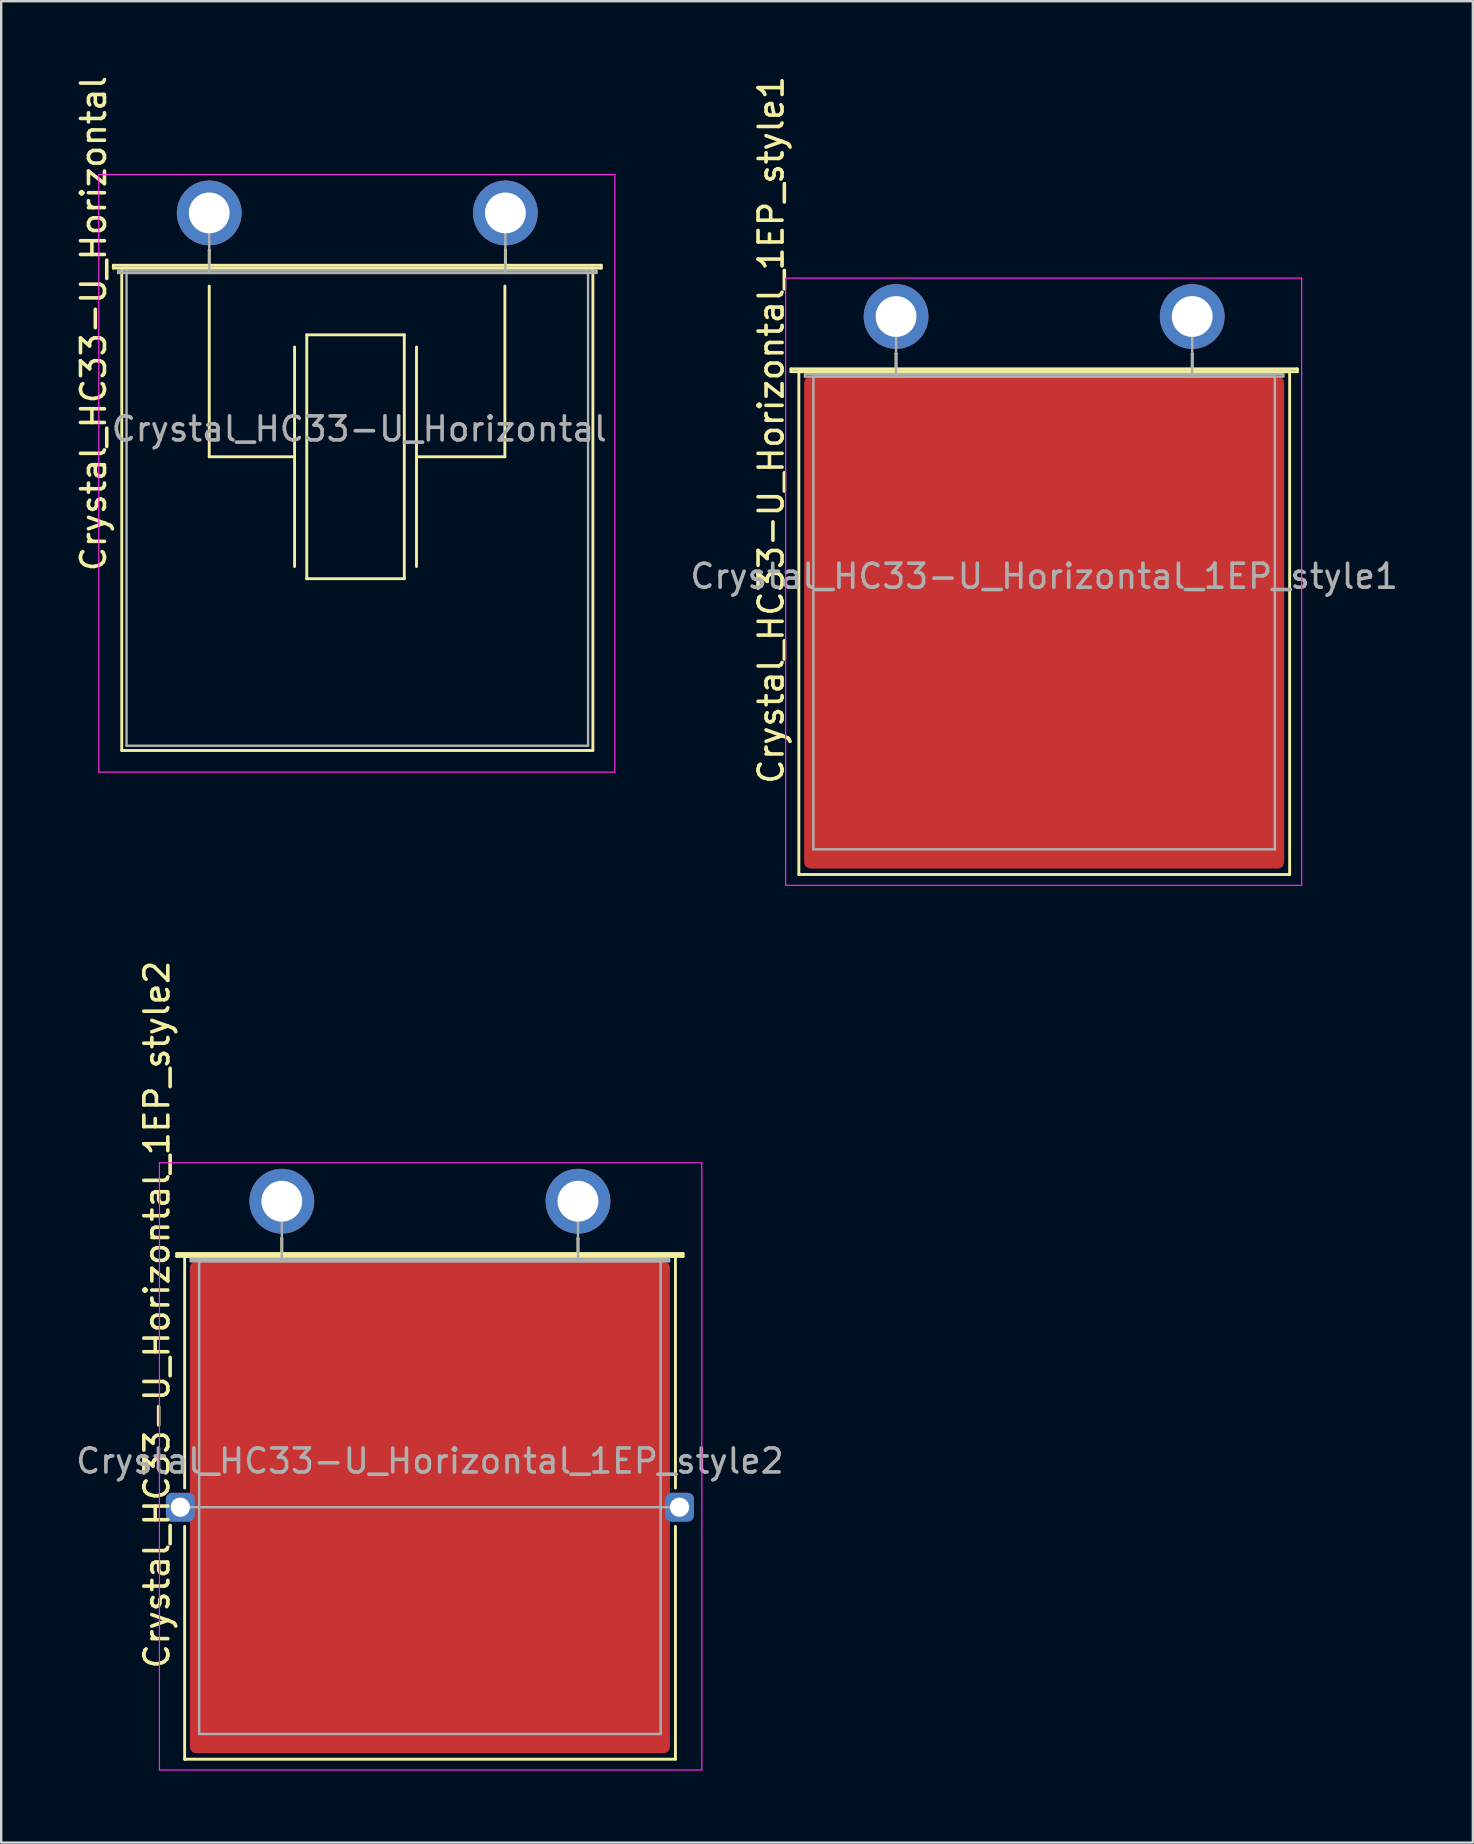
<source format=kicad_pcb>
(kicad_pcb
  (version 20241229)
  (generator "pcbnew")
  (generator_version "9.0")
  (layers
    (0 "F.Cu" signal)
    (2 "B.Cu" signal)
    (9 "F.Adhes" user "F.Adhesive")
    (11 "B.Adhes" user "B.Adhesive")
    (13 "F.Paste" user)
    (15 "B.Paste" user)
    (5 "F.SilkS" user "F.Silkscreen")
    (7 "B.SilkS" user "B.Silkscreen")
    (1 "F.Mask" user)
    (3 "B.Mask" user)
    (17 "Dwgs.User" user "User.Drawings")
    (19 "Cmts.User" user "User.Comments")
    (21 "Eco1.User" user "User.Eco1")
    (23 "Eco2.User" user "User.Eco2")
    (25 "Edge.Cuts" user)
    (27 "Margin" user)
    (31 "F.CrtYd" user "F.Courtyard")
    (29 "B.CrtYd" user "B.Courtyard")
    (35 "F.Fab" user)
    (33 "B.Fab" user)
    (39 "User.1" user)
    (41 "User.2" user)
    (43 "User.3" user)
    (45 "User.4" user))
  (footprint "Crystal_HC33-U_Horizontal_1EP_style2"
    (layer "F.Cu")
    (at 8.693 47.001)
    (property "Reference" "Crystal_HC33-U_Horizontal_1EP_style2" (at -5.205 4.725 90) (layer "F.SilkS") (effects (font (size 1 1) (thickness 0.15))))
    (attr through_hole)
    (fp_line (start -4.38 2.18) (end 16.72 2.18) (stroke (width 0.12) (type solid)) (layer "F.SilkS"))
    (fp_line (start -4.38 2.3) (end -4.38 2.18) (stroke (width 0.12) (type solid)) (layer "F.SilkS"))
    (fp_line (start -4.05 11.95) (end -4.05 2.3) (stroke (width 0.12) (type solid)) (layer "F.SilkS"))
    (fp_line (start -4.05 23.25) (end -4.05 13.55) (stroke (width 0.12) (type solid)) (layer "F.SilkS"))
    (fp_line (start -4.03 2.3) (end 16.37 2.3) (stroke (width 0.12) (type solid)) (layer "F.SilkS"))
    (fp_line (start -4 23.25) (end -4.05 23.25) (stroke (width 0.12) (type solid)) (layer "F.SilkS"))
    (fp_line (start 0 1.55) (end 0 1.55) (stroke (width 0.12) (type solid)) (layer "F.SilkS"))
    (fp_line (start 0 2.3) (end 0 1.55) (stroke (width 0.12) (type solid)) (layer "F.SilkS"))
    (fp_line (start 12.34 1.55) (end 12.34 1.55) (stroke (width 0.12) (type solid)) (layer "F.SilkS"))
    (fp_line (start 12.34 2.3) (end 12.34 1.55) (stroke (width 0.12) (type solid)) (layer "F.SilkS"))
    (fp_line (start 16.4 2.3) (end 16.4 11.95) (stroke (width 0.12) (type solid)) (layer "F.SilkS"))
    (fp_line (start 16.4 13.55) (end 16.4 23.25) (stroke (width 0.12) (type solid)) (layer "F.SilkS"))
    (fp_line (start 16.4 23.25) (end -4 23.25) (stroke (width 0.12) (type solid)) (layer "F.SilkS"))
    (fp_line (start 16.72 2.18) (end 16.72 2.3) (stroke (width 0.12) (type solid)) (layer "F.SilkS"))
    (fp_line (start 16.72 2.3) (end -4.38 2.3) (stroke (width 0.12) (type solid)) (layer "F.SilkS"))
    (fp_line (start -5.1 -1.6) (end -5.1 23.7) (stroke (width 0.05) (type solid)) (layer "F.CrtYd"))
    (fp_line (start -5.1 23.7) (end 17.5 23.7) (stroke (width 0.05) (type solid)) (layer "F.CrtYd"))
    (fp_line (start 17.5 -1.6) (end -5.1 -1.6) (stroke (width 0.05) (type solid)) (layer "F.CrtYd"))
    (fp_line (start 17.5 23.7) (end 17.5 -1.6) (stroke (width 0.05) (type solid)) (layer "F.CrtYd"))
    (fp_line (start -4.23 12.75) (end 16.57 12.75) (stroke (width 0.1) (type solid)) (layer "F.Fab"))
    (fp_line (start -3.795 2.4) (end 16.135 2.4) (stroke (width 0.1) (type solid)) (layer "F.Fab"))
    (fp_line (start -3.795 2.5) (end -3.795 2.4) (stroke (width 0.1) (type solid)) (layer "F.Fab"))
    (fp_line (start -3.445 2.5) (end -3.445 22.2) (stroke (width 0.1) (type solid)) (layer "F.Fab"))
    (fp_line (start -3.445 22.2) (end 15.785 22.2) (stroke (width 0.1) (type solid)) (layer "F.Fab"))
    (fp_line (start 0 1.25) (end 0 0) (stroke (width 0.1) (type solid)) (layer "F.Fab"))
    (fp_line (start 0 2.5) (end 0 1.25) (stroke (width 0.1) (type solid)) (layer "F.Fab"))
    (fp_line (start 12.34 1.25) (end 12.34 0) (stroke (width 0.1) (type solid)) (layer "F.Fab"))
    (fp_line (start 12.34 2.5) (end 12.34 1.25) (stroke (width 0.1) (type solid)) (layer "F.Fab"))
    (fp_line (start 15.785 2.5) (end -3.445 2.5) (stroke (width 0.1) (type solid)) (layer "F.Fab"))
    (fp_line (start 15.785 22.2) (end 15.785 2.5) (stroke (width 0.1) (type solid)) (layer "F.Fab"))
    (fp_line (start 16.135 2.4) (end 16.135 2.5) (stroke (width 0.1) (type solid)) (layer "F.Fab"))
    (fp_line (start 16.135 2.5) (end -3.795 2.5) (stroke (width 0.1) (type solid)) (layer "F.Fab"))
    (fp_text user "${REFERENCE}" (at 6.17 10.825 0) (layer "F.Fab") (effects (font (size 1 1) (thickness 0.15))))
    (pad "1" thru_hole circle (at 0 0) (size 2.7 2.7) (drill 1.7) (layers "*.Cu" "*.Mask"))
    (pad "2" thru_hole circle (at 12.34 0) (size 2.7 2.7) (drill 1.7) (layers "*.Cu" "*.Mask"))
    (pad "3" thru_hole roundrect (at -4.23 12.75) (size 1.2 1.2) (drill 0.8) (layers "*.Cu" "*.Mask") (roundrect_rratio 0.208))
    (pad "3" smd roundrect (at 6.17 12.75) (size 20 20.5) (layers "F.Cu" "F.Mask" "F.Paste") (roundrect_rratio 0.013))
    (pad "3" thru_hole roundrect (at 16.57 12.75) (size 1.2 1.2) (drill 0.8) (layers "*.Cu" "*.Mask") (roundrect_rratio 0.208)))
  (footprint "Crystal_HC33-U_Horizontal_1EP_style1"
    (layer "F.Cu")
    (at 34.286 10.138)
    (property "Reference" "Crystal_HC33-U_Horizontal_1EP_style1" (at -5.205 4.725 90) (layer "F.SilkS") (effects (font (size 1 1) (thickness 0.15))))
    (attr through_hole)
    (fp_line (start -4.38 2.18) (end 16.72 2.18) (stroke (width 0.12) (type solid)) (layer "F.SilkS"))
    (fp_line (start -4.38 2.3) (end -4.38 2.18) (stroke (width 0.12) (type solid)) (layer "F.SilkS"))
    (fp_line (start -4.05 2.3) (end -4.05 23.25) (stroke (width 0.12) (type solid)) (layer "F.SilkS"))
    (fp_line (start -4.05 23.25) (end 16.4 23.25) (stroke (width 0.12) (type solid)) (layer "F.SilkS"))
    (fp_line (start 0 1.55) (end 0 1.55) (stroke (width 0.12) (type solid)) (layer "F.SilkS"))
    (fp_line (start 0 2.3) (end 0 1.55) (stroke (width 0.12) (type solid)) (layer "F.SilkS"))
    (fp_line (start 12.34 1.55) (end 12.34 1.55) (stroke (width 0.12) (type solid)) (layer "F.SilkS"))
    (fp_line (start 12.34 2.3) (end 12.34 1.55) (stroke (width 0.12) (type solid)) (layer "F.SilkS"))
    (fp_line (start 16.37 2.3) (end -4.03 2.3) (stroke (width 0.12) (type solid)) (layer "F.SilkS"))
    (fp_line (start 16.4 23.25) (end 16.4 2.3) (stroke (width 0.12) (type solid)) (layer "F.SilkS"))
    (fp_line (start 16.72 2.18) (end 16.72 2.3) (stroke (width 0.12) (type solid)) (layer "F.SilkS"))
    (fp_line (start 16.72 2.3) (end -4.38 2.3) (stroke (width 0.12) (type solid)) (layer "F.SilkS"))
    (fp_line (start -4.6 -1.6) (end -4.6 23.7) (stroke (width 0.05) (type solid)) (layer "F.CrtYd"))
    (fp_line (start -4.6 23.7) (end 16.9 23.7) (stroke (width 0.05) (type solid)) (layer "F.CrtYd"))
    (fp_line (start 16.9 -1.6) (end -4.6 -1.6) (stroke (width 0.05) (type solid)) (layer "F.CrtYd"))
    (fp_line (start 16.9 23.7) (end 16.9 -1.6) (stroke (width 0.05) (type solid)) (layer "F.CrtYd"))
    (fp_line (start -3.795 2.4) (end 16.135 2.4) (stroke (width 0.1) (type solid)) (layer "F.Fab"))
    (fp_line (start -3.795 2.5) (end -3.795 2.4) (stroke (width 0.1) (type solid)) (layer "F.Fab"))
    (fp_line (start -3.445 2.5) (end -3.445 22.2) (stroke (width 0.1) (type solid)) (layer "F.Fab"))
    (fp_line (start -3.445 22.2) (end 15.785 22.2) (stroke (width 0.1) (type solid)) (layer "F.Fab"))
    (fp_line (start 0 1.25) (end 0 0) (stroke (width 0.1) (type solid)) (layer "F.Fab"))
    (fp_line (start 0 2.5) (end 0 1.25) (stroke (width 0.1) (type solid)) (layer "F.Fab"))
    (fp_line (start 12.34 1.25) (end 12.34 0) (stroke (width 0.1) (type solid)) (layer "F.Fab"))
    (fp_line (start 12.34 2.5) (end 12.34 1.25) (stroke (width 0.1) (type solid)) (layer "F.Fab"))
    (fp_line (start 15.785 2.5) (end -3.445 2.5) (stroke (width 0.1) (type solid)) (layer "F.Fab"))
    (fp_line (start 15.785 22.2) (end 15.785 2.5) (stroke (width 0.1) (type solid)) (layer "F.Fab"))
    (fp_line (start 16.135 2.4) (end 16.135 2.5) (stroke (width 0.1) (type solid)) (layer "F.Fab"))
    (fp_line (start 16.135 2.5) (end -3.795 2.5) (stroke (width 0.1) (type solid)) (layer "F.Fab"))
    (fp_text user "${REFERENCE}" (at 6.17 10.825 0) (layer "F.Fab") (effects (font (size 1 1) (thickness 0.15))))
    (pad "1" thru_hole circle (at 0 0) (size 2.7 2.7) (drill 1.7) (layers "*.Cu" "*.Mask"))
    (pad "2" thru_hole circle (at 12.34 0) (size 2.7 2.7) (drill 1.7) (layers "*.Cu" "*.Mask"))
    (pad "3" smd roundrect (at 6.17 12.75) (size 20 20.5) (layers "F.Cu" "F.Mask" "F.Paste") (roundrect_rratio 0.013)))
  (footprint "Crystal_HC33-U_Horizontal"
    (layer "F.Cu")
    (at 5.668 5.822)
    (property "Reference" "Crystal_HC33-U_Horizontal" (at -4.82 4.612 90) (layer "F.SilkS") (effects (font (size 1 1) (thickness 0.15))))
    (attr through_hole)
    (fp_line (start -3.995 2.18) (end 16.335 2.18) (stroke (width 0.12) (type solid)) (layer "F.SilkS"))
    (fp_line (start -3.995 2.3) (end -3.995 2.18) (stroke (width 0.12) (type solid)) (layer "F.SilkS"))
    (fp_line (start -3.645 2.3) (end -3.645 22.4) (stroke (width 0.12) (type solid)) (layer "F.SilkS"))
    (fp_line (start -3.645 22.4) (end 15.985 22.4) (stroke (width 0.12) (type solid)) (layer "F.SilkS"))
    (fp_line (start 0 1.55) (end 0 1.55) (stroke (width 0.12) (type solid)) (layer "F.SilkS"))
    (fp_line (start 0 2.3) (end 0 1.55) (stroke (width 0.12) (type solid)) (layer "F.SilkS"))
    (fp_line (start 0 3.048) (end 0 10.16) (stroke (width 0.12) (type solid)) (layer "F.SilkS"))
    (fp_line (start 0 10.16) (end 3.556 10.16) (stroke (width 0.12) (type solid)) (layer "F.SilkS"))
    (fp_line (start 3.556 10.16) (end 3.556 5.588) (stroke (width 0.12) (type solid)) (layer "F.SilkS"))
    (fp_line (start 3.556 14.732) (end 3.556 10.16) (stroke (width 0.12) (type solid)) (layer "F.SilkS"))
    (fp_line (start 4.064 5.08) (end 4.064 15.24) (stroke (width 0.12) (type solid)) (layer "F.SilkS"))
    (fp_line (start 4.064 15.24) (end 8.128 15.24) (stroke (width 0.12) (type solid)) (layer "F.SilkS"))
    (fp_line (start 8.128 5.08) (end 4.064 5.08) (stroke (width 0.12) (type solid)) (layer "F.SilkS"))
    (fp_line (start 8.128 15.24) (end 8.128 5.08) (stroke (width 0.12) (type solid)) (layer "F.SilkS"))
    (fp_line (start 8.636 10.16) (end 8.636 5.588) (stroke (width 0.12) (type solid)) (layer "F.SilkS"))
    (fp_line (start 8.636 10.16) (end 12.319 10.16) (stroke (width 0.12) (type solid)) (layer "F.SilkS"))
    (fp_line (start 8.636 14.732) (end 8.636 10.16) (stroke (width 0.12) (type solid)) (layer "F.SilkS"))
    (fp_line (start 12.319 3.048) (end 12.319 10.16) (stroke (width 0.12) (type solid)) (layer "F.SilkS"))
    (fp_line (start 12.34 1.55) (end 12.34 1.55) (stroke (width 0.12) (type solid)) (layer "F.SilkS"))
    (fp_line (start 12.34 2.3) (end 12.34 1.55) (stroke (width 0.12) (type solid)) (layer "F.SilkS"))
    (fp_line (start 15.985 2.3) (end -3.645 2.3) (stroke (width 0.12) (type solid)) (layer "F.SilkS"))
    (fp_line (start 15.985 22.4) (end 15.985 2.3) (stroke (width 0.12) (type solid)) (layer "F.SilkS"))
    (fp_line (start 16.335 2.18) (end 16.335 2.3) (stroke (width 0.12) (type solid)) (layer "F.SilkS"))
    (fp_line (start 16.335 2.3) (end -3.995 2.3) (stroke (width 0.12) (type solid)) (layer "F.SilkS"))
    (fp_line (start -4.6 -1.6) (end -4.6 23.3) (stroke (width 0.05) (type solid)) (layer "F.CrtYd"))
    (fp_line (start -4.6 23.3) (end 16.9 23.3) (stroke (width 0.05) (type solid)) (layer "F.CrtYd"))
    (fp_line (start 16.9 -1.6) (end -4.6 -1.6) (stroke (width 0.05) (type solid)) (layer "F.CrtYd"))
    (fp_line (start 16.9 23.3) (end 16.9 -1.6) (stroke (width 0.05) (type solid)) (layer "F.CrtYd"))
    (fp_line (start -3.795 2.4) (end 16.135 2.4) (stroke (width 0.1) (type solid)) (layer "F.Fab"))
    (fp_line (start -3.795 2.5) (end -3.795 2.4) (stroke (width 0.1) (type solid)) (layer "F.Fab"))
    (fp_line (start -3.445 2.5) (end -3.445 22.2) (stroke (width 0.1) (type solid)) (layer "F.Fab"))
    (fp_line (start -3.445 22.2) (end 15.785 22.2) (stroke (width 0.1) (type solid)) (layer "F.Fab"))
    (fp_line (start 0 1.25) (end 0 0) (stroke (width 0.1) (type solid)) (layer "F.Fab"))
    (fp_line (start 0 2.5) (end 0 1.25) (stroke (width 0.1) (type solid)) (layer "F.Fab"))
    (fp_line (start 12.34 1.25) (end 12.34 0) (stroke (width 0.1) (type solid)) (layer "F.Fab"))
    (fp_line (start 12.34 2.5) (end 12.34 1.25) (stroke (width 0.1) (type solid)) (layer "F.Fab"))
    (fp_line (start 15.785 2.5) (end -3.445 2.5) (stroke (width 0.1) (type solid)) (layer "F.Fab"))
    (fp_line (start 15.785 22.2) (end 15.785 2.5) (stroke (width 0.1) (type solid)) (layer "F.Fab"))
    (fp_line (start 16.135 2.4) (end 16.135 2.5) (stroke (width 0.1) (type solid)) (layer "F.Fab"))
    (fp_line (start 16.135 2.5) (end -3.795 2.5) (stroke (width 0.1) (type solid)) (layer "F.Fab"))
    (fp_text user "${REFERENCE}" (at 6.25 9 0) (layer "F.Fab") (effects (font (size 1 1) (thickness 0.15))))
    (pad "1" thru_hole circle (at 0 0) (size 2.7 2.7) (drill 1.7) (layers "*.Cu" "*.Mask"))
    (pad "2" thru_hole circle (at 12.34 0) (size 2.7 2.7) (drill 1.7) (layers "*.Cu" "*.Mask")))
  (gr_rect
    (start -3 -3)
    (end 58.319 73.726)
    (stroke (width 0.1) (type default))
    (fill no)
    (layer "Edge.Cuts")))
</source>
